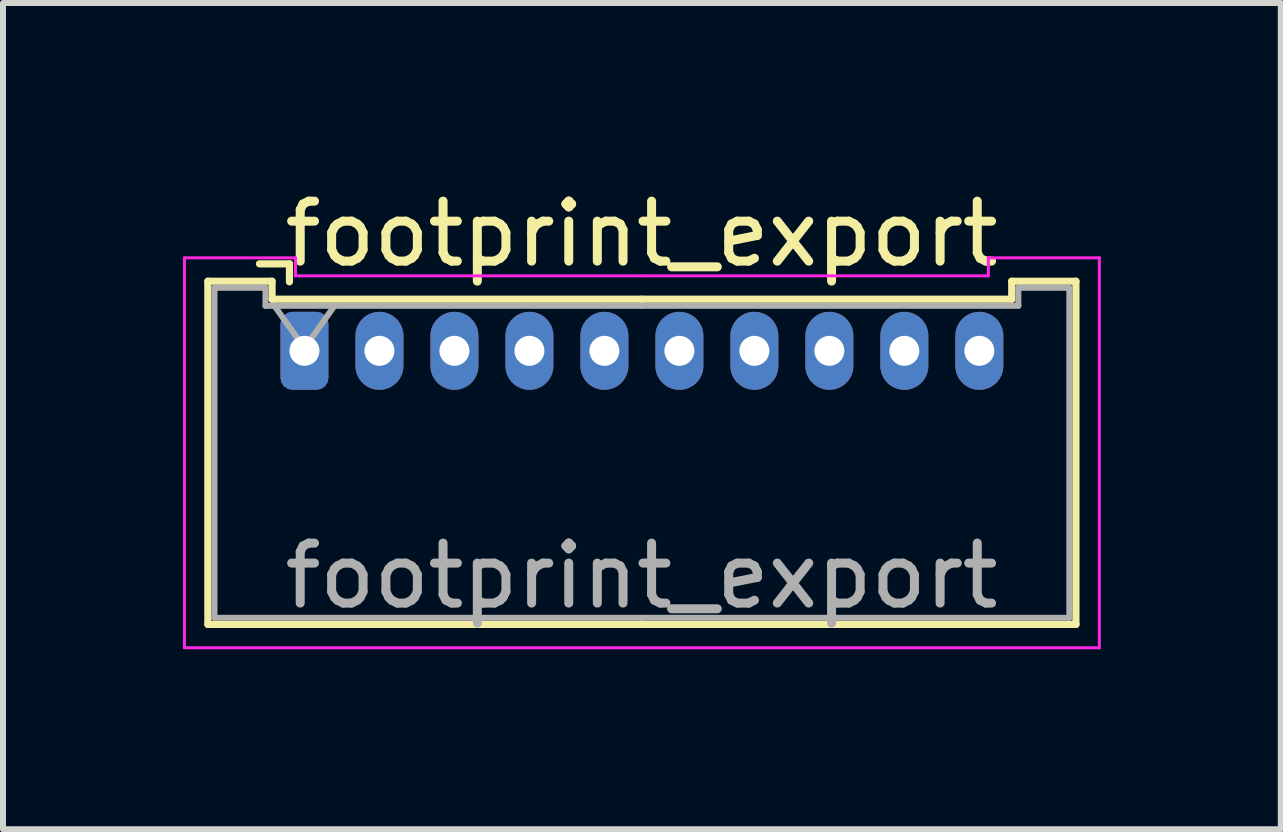
<source format=kicad_pcb>
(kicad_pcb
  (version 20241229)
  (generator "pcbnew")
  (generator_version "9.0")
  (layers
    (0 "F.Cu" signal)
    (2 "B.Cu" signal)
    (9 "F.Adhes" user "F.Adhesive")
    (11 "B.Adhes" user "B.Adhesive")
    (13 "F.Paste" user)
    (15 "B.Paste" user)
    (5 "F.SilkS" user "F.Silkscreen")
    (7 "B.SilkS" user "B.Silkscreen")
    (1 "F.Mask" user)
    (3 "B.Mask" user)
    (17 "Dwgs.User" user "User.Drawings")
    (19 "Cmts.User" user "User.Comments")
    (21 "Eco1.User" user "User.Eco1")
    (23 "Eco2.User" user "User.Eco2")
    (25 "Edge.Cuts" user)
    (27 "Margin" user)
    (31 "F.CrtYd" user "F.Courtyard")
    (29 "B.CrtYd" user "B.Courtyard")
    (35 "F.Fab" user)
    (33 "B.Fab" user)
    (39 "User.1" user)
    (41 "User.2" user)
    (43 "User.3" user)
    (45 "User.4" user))
  (footprint "footprint_export"
    (layer "F.Cu")
    (at 2.025 2.798)
    (property "Reference" "footprint_export" (at 5.62 -1.95 0) (layer "F.SilkS") (effects (font (size 1 1) (thickness 0.15))))
    (attr through_hole)
    (fp_line (start -1.61 -1.16) (end -1.61 4.56) (stroke (width 0.12) (type solid)) (layer "F.SilkS"))
    (fp_line (start -1.61 4.56) (end 5.625 4.56) (stroke (width 0.12) (type solid)) (layer "F.SilkS"))
    (fp_line (start -0.54 -1.16) (end -1.61 -1.16) (stroke (width 0.12) (type solid)) (layer "F.SilkS"))
    (fp_line (start -0.54 -0.86) (end -0.54 -1.16) (stroke (width 0.12) (type solid)) (layer "F.SilkS"))
    (fp_line (start -0.25 -1.45) (end -0.75 -1.45) (stroke (width 0.12) (type solid)) (layer "F.SilkS"))
    (fp_line (start -0.25 -1.15) (end -0.25 -1.45) (stroke (width 0.12) (type solid)) (layer "F.SilkS"))
    (fp_line (start 5.625 -0.86) (end -0.54 -0.86) (stroke (width 0.12) (type solid)) (layer "F.SilkS"))
    (fp_line (start 5.625 -0.86) (end 11.79 -0.86) (stroke (width 0.12) (type solid)) (layer "F.SilkS"))
    (fp_line (start 11.79 -1.16) (end 12.86 -1.16) (stroke (width 0.12) (type solid)) (layer "F.SilkS"))
    (fp_line (start 11.79 -0.86) (end 11.79 -1.16) (stroke (width 0.12) (type solid)) (layer "F.SilkS"))
    (fp_line (start 12.86 -1.16) (end 12.86 4.56) (stroke (width 0.12) (type solid)) (layer "F.SilkS"))
    (fp_line (start 12.86 4.56) (end 5.625 4.56) (stroke (width 0.12) (type solid)) (layer "F.SilkS"))
    (fp_line (start -2 -1.55) (end -2 4.95) (stroke (width 0.05) (type solid)) (layer "F.CrtYd"))
    (fp_line (start -2 4.95) (end 5.62 4.95) (stroke (width 0.05) (type solid)) (layer "F.CrtYd"))
    (fp_line (start -0.15 -1.55) (end -2 -1.55) (stroke (width 0.05) (type solid)) (layer "F.CrtYd"))
    (fp_line (start -0.15 -1.25) (end -0.15 -1.55) (stroke (width 0.05) (type solid)) (layer "F.CrtYd"))
    (fp_line (start 5.62 -1.25) (end -0.15 -1.25) (stroke (width 0.05) (type solid)) (layer "F.CrtYd"))
    (fp_line (start 5.63 -1.25) (end 11.4 -1.25) (stroke (width 0.05) (type solid)) (layer "F.CrtYd"))
    (fp_line (start 11.4 -1.55) (end 13.25 -1.55) (stroke (width 0.05) (type solid)) (layer "F.CrtYd"))
    (fp_line (start 11.4 -1.25) (end 11.4 -1.55) (stroke (width 0.05) (type solid)) (layer "F.CrtYd"))
    (fp_line (start 13.25 -1.55) (end 13.25 4.95) (stroke (width 0.05) (type solid)) (layer "F.CrtYd"))
    (fp_line (start 13.25 4.95) (end 5.63 4.95) (stroke (width 0.05) (type solid)) (layer "F.CrtYd"))
    (fp_line (start -1.5 -1.05) (end -1.5 4.45) (stroke (width 0.1) (type solid)) (layer "F.Fab"))
    (fp_line (start -1.5 4.45) (end 5.625 4.45) (stroke (width 0.1) (type solid)) (layer "F.Fab"))
    (fp_line (start -0.65 -1.05) (end -1.5 -1.05) (stroke (width 0.1) (type solid)) (layer "F.Fab"))
    (fp_line (start -0.65 -0.75) (end -0.65 -1.05) (stroke (width 0.1) (type solid)) (layer "F.Fab"))
    (fp_line (start -0.5 -0.75) (end 0 -0.043) (stroke (width 0.1) (type solid)) (layer "F.Fab"))
    (fp_line (start 0 -0.043) (end 0.5 -0.75) (stroke (width 0.1) (type solid)) (layer "F.Fab"))
    (fp_line (start 5.625 -0.75) (end -0.65 -0.75) (stroke (width 0.1) (type solid)) (layer "F.Fab"))
    (fp_line (start 5.625 -0.75) (end 11.9 -0.75) (stroke (width 0.1) (type solid)) (layer "F.Fab"))
    (fp_line (start 11.9 -1.05) (end 12.75 -1.05) (stroke (width 0.1) (type solid)) (layer "F.Fab"))
    (fp_line (start 11.9 -0.75) (end 11.9 -1.05) (stroke (width 0.1) (type solid)) (layer "F.Fab"))
    (fp_line (start 12.75 -1.05) (end 12.75 4.45) (stroke (width 0.1) (type solid)) (layer "F.Fab"))
    (fp_line (start 12.75 4.45) (end 5.625 4.45) (stroke (width 0.1) (type solid)) (layer "F.Fab"))
    (fp_text user "${REFERENCE}" (at 5.62 3.75 0) (layer "F.Fab") (effects (font (size 1 1) (thickness 0.15))))
    (pad "1" thru_hole roundrect (at 0 0) (size 0.8 1.3) (drill 0.5) (layers "*.Cu" "*.Mask") (roundrect_rratio 0.25))
    (pad "2" thru_hole oval (at 1.25 0) (size 0.8 1.3) (drill 0.5) (layers "*.Cu" "*.Mask"))
    (pad "3" thru_hole oval (at 2.5 0) (size 0.8 1.3) (drill 0.5) (layers "*.Cu" "*.Mask"))
    (pad "4" thru_hole oval (at 3.75 0) (size 0.8 1.3) (drill 0.5) (layers "*.Cu" "*.Mask"))
    (pad "5" thru_hole oval (at 5 0) (size 0.8 1.3) (drill 0.5) (layers "*.Cu" "*.Mask"))
    (pad "6" thru_hole oval (at 6.25 0) (size 0.8 1.3) (drill 0.5) (layers "*.Cu" "*.Mask"))
    (pad "7" thru_hole oval (at 7.5 0) (size 0.8 1.3) (drill 0.5) (layers "*.Cu" "*.Mask"))
    (pad "8" thru_hole oval (at 8.75 0) (size 0.8 1.3) (drill 0.5) (layers "*.Cu" "*.Mask"))
    (pad "9" thru_hole oval (at 10 0) (size 0.8 1.3) (drill 0.5) (layers "*.Cu" "*.Mask"))
    (pad "10" thru_hole oval (at 11.25 0) (size 0.8 1.3) (drill 0.5) (layers "*.Cu" "*.Mask")))
  (gr_rect
    (start -3 -3)
    (end 18.3 10.773)
    (stroke (width 0.1) (type default))
    (fill no)
    (layer "Edge.Cuts")))
</source>
